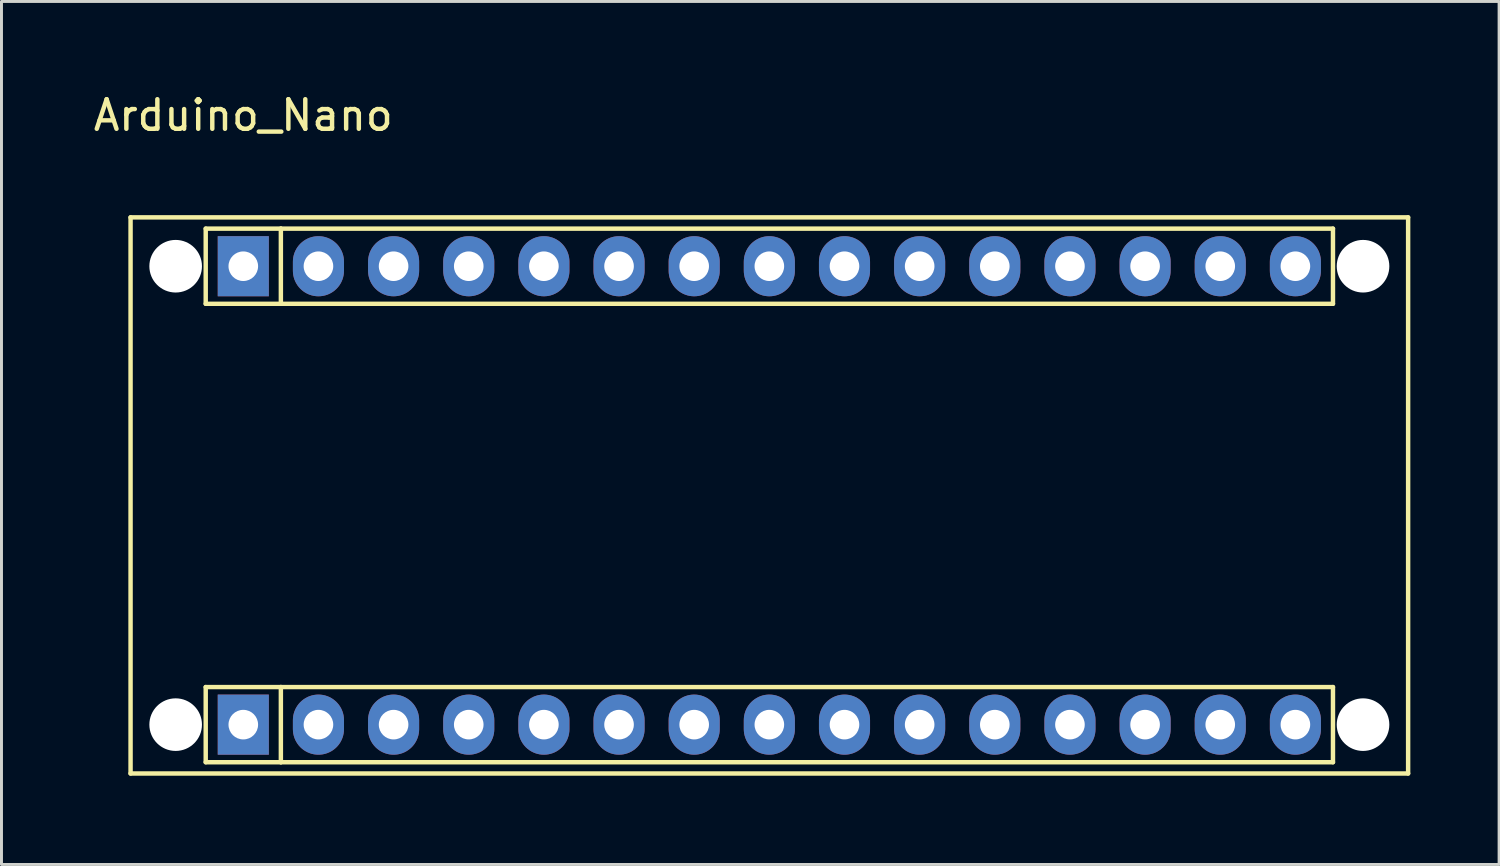
<source format=kicad_pcb>
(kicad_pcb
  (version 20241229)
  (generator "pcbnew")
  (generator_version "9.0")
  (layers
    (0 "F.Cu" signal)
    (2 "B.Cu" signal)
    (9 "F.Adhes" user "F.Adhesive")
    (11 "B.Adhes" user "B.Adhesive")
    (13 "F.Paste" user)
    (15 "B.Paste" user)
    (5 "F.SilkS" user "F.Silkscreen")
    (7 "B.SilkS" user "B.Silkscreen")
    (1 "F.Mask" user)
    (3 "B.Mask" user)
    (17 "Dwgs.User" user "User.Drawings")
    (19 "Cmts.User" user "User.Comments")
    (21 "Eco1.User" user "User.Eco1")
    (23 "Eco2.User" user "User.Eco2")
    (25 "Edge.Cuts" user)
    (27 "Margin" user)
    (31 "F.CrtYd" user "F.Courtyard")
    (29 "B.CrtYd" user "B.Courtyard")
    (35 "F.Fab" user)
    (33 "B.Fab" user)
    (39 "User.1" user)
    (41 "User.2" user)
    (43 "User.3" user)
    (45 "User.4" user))
  (footprint "Arduino_Nano"
    (layer "F.Cu")
    (at 5.173 5.948)
    (property "Reference" "Arduino_Nano" (at 0 -5.1 0) (layer "F.SilkS") (effects (font (size 1 1) (thickness 0.15))))
    (attr through_hole)
    (fp_line (start -3.81 -1.651) (end -3.81 17.145) (stroke (width 0.15) (type solid)) (layer "F.SilkS"))
    (fp_line (start -3.81 -1.651) (end 39.37 -1.651) (stroke (width 0.15) (type solid)) (layer "F.SilkS"))
    (fp_line (start -3.81 17.145) (end 39.37 17.145) (stroke (width 0.15) (type solid)) (layer "F.SilkS"))
    (fp_line (start -1.27 -1.27) (end -1.27 1.27) (stroke (width 0.15) (type solid)) (layer "F.SilkS"))
    (fp_line (start -1.27 1.27) (end 1.27 1.27) (stroke (width 0.15) (type solid)) (layer "F.SilkS"))
    (fp_line (start -1.27 14.224) (end -1.27 16.764) (stroke (width 0.15) (type solid)) (layer "F.SilkS"))
    (fp_line (start -1.27 16.764) (end 1.27 16.764) (stroke (width 0.15) (type solid)) (layer "F.SilkS"))
    (fp_line (start 1.27 -1.27) (end -1.27 -1.27) (stroke (width 0.15) (type solid)) (layer "F.SilkS"))
    (fp_line (start 1.27 -1.27) (end 36.83 -1.27) (stroke (width 0.15) (type solid)) (layer "F.SilkS"))
    (fp_line (start 1.27 1.27) (end 1.27 -1.27) (stroke (width 0.15) (type solid)) (layer "F.SilkS"))
    (fp_line (start 1.27 14.224) (end -1.27 14.224) (stroke (width 0.15) (type solid)) (layer "F.SilkS"))
    (fp_line (start 1.27 14.224) (end 36.83 14.224) (stroke (width 0.15) (type solid)) (layer "F.SilkS"))
    (fp_line (start 1.27 16.764) (end 1.27 14.224) (stroke (width 0.15) (type solid)) (layer "F.SilkS"))
    (fp_line (start 36.83 -1.27) (end 36.83 1.27) (stroke (width 0.15) (type solid)) (layer "F.SilkS"))
    (fp_line (start 36.83 1.27) (end 1.27 1.27) (stroke (width 0.15) (type solid)) (layer "F.SilkS"))
    (fp_line (start 36.83 14.224) (end 36.83 16.764) (stroke (width 0.15) (type solid)) (layer "F.SilkS"))
    (fp_line (start 36.83 16.764) (end 1.27 16.764) (stroke (width 0.15) (type solid)) (layer "F.SilkS"))
    (fp_line (start 39.37 -1.651) (end 39.37 17.145) (stroke (width 0.15) (type solid)) (layer "F.SilkS"))
    (pad "" np_thru_hole circle (at -2.286 0) (size 1.778 1.778) (drill 1.778) (layers "*.Cu" "*.Mask"))
    (pad "" np_thru_hole circle (at -2.286 15.494) (size 1.778 1.778) (drill 1.778) (layers "*.Cu" "*.Mask"))
    (pad "" np_thru_hole circle (at 37.846 0) (size 1.778 1.778) (drill 1.778) (layers "*.Cu" "*.Mask"))
    (pad "" np_thru_hole circle (at 37.846 15.494) (size 1.778 1.778) (drill 1.778) (layers "*.Cu" "*.Mask"))
    (pad "1" thru_hole rect (at 0 15.494) (size 1.727 2.032) (drill 1) (layers "*.Cu" "*.Mask"))
    (pad "2" thru_hole oval (at 2.54 15.494) (size 1.727 2.032) (drill 1) (layers "*.Cu" "*.Mask"))
    (pad "3" thru_hole oval (at 5.08 15.494) (size 1.727 2.032) (drill 1) (layers "*.Cu" "*.Mask"))
    (pad "4" thru_hole oval (at 7.62 15.494) (size 1.727 2.032) (drill 1) (layers "*.Cu" "*.Mask"))
    (pad "5" thru_hole oval (at 10.16 15.494) (size 1.727 2.032) (drill 1) (layers "*.Cu" "*.Mask"))
    (pad "6" thru_hole oval (at 12.7 15.494) (size 1.727 2.032) (drill 1) (layers "*.Cu" "*.Mask"))
    (pad "7" thru_hole oval (at 15.24 15.494) (size 1.727 2.032) (drill 1) (layers "*.Cu" "*.Mask"))
    (pad "8" thru_hole oval (at 17.78 15.494) (size 1.727 2.032) (drill 1) (layers "*.Cu" "*.Mask"))
    (pad "9" thru_hole oval (at 20.32 15.494) (size 1.727 2.032) (drill 1) (layers "*.Cu" "*.Mask"))
    (pad "10" thru_hole oval (at 22.86 15.494) (size 1.727 2.032) (drill 1) (layers "*.Cu" "*.Mask"))
    (pad "11" thru_hole oval (at 25.4 15.494) (size 1.727 2.032) (drill 1) (layers "*.Cu" "*.Mask"))
    (pad "12" thru_hole oval (at 27.94 15.494) (size 1.727 2.032) (drill 1) (layers "*.Cu" "*.Mask"))
    (pad "13" thru_hole oval (at 30.48 15.494) (size 1.727 2.032) (drill 1) (layers "*.Cu" "*.Mask"))
    (pad "14" thru_hole oval (at 33.02 15.494) (size 1.727 2.032) (drill 1) (layers "*.Cu" "*.Mask"))
    (pad "15" thru_hole oval (at 35.56 15.494) (size 1.727 2.032) (drill 1) (layers "*.Cu" "*.Mask"))
    (pad "16" thru_hole rect (at 0 0) (size 1.727 2.032) (drill 1) (layers "*.Cu" "*.Mask"))
    (pad "17" thru_hole oval (at 2.54 0) (size 1.727 2.032) (drill 1) (layers "*.Cu" "*.Mask"))
    (pad "18" thru_hole oval (at 5.08 0) (size 1.727 2.032) (drill 1) (layers "*.Cu" "*.Mask"))
    (pad "19" thru_hole oval (at 7.62 0) (size 1.727 2.032) (drill 1) (layers "*.Cu" "*.Mask"))
    (pad "20" thru_hole oval (at 10.16 0) (size 1.727 2.032) (drill 1) (layers "*.Cu" "*.Mask"))
    (pad "21" thru_hole oval (at 12.7 0) (size 1.727 2.032) (drill 1) (layers "*.Cu" "*.Mask"))
    (pad "22" thru_hole oval (at 15.24 0) (size 1.727 2.032) (drill 1) (layers "*.Cu" "*.Mask"))
    (pad "23" thru_hole oval (at 17.78 0) (size 1.727 2.032) (drill 1) (layers "*.Cu" "*.Mask"))
    (pad "24" thru_hole oval (at 20.32 0) (size 1.727 2.032) (drill 1) (layers "*.Cu" "*.Mask"))
    (pad "25" thru_hole oval (at 22.86 0) (size 1.727 2.032) (drill 1) (layers "*.Cu" "*.Mask"))
    (pad "26" thru_hole oval (at 25.4 0) (size 1.727 2.032) (drill 1) (layers "*.Cu" "*.Mask"))
    (pad "27" thru_hole oval (at 27.94 0) (size 1.727 2.032) (drill 1) (layers "*.Cu" "*.Mask"))
    (pad "28" thru_hole oval (at 30.48 0) (size 1.727 2.032) (drill 1) (layers "*.Cu" "*.Mask"))
    (pad "29" thru_hole oval (at 33.02 0) (size 1.727 2.032) (drill 1) (layers "*.Cu" "*.Mask"))
    (pad "30" thru_hole oval (at 35.56 0) (size 1.727 2.032) (drill 1) (layers "*.Cu" "*.Mask")))
  (gr_rect
    (start -3 -3)
    (end 47.618 26.168)
    (stroke (width 0.1) (type default))
    (fill no)
    (layer "Edge.Cuts")))
</source>
